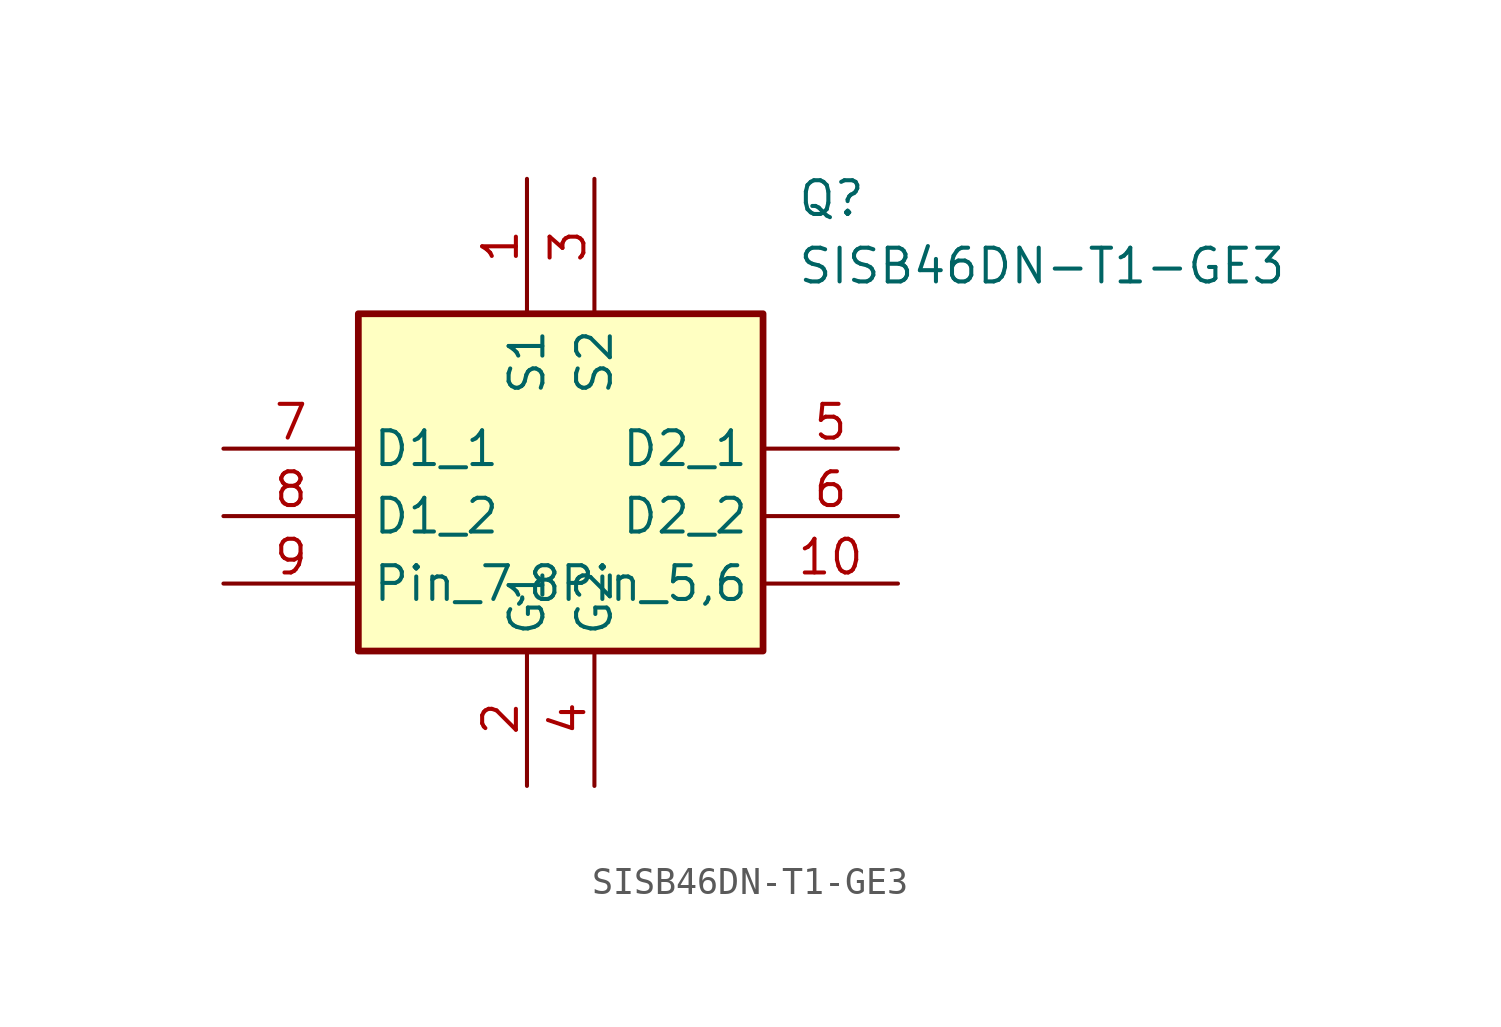
<source format=kicad_sym>
(kicad_symbol_lib
  (version 20220914)
  (generator kicad_symbol_editor)
  (symbol "SISB46DN-T1-GE3"
    (property "Reference" "Q"
      (at 8.89 12.7 0)
      (effects (font (size 1.27 1.27)) (justify left top)))
    (property "Value" "SISB46DN-T1-GE3"
      (at 8.89 10.16 0)
      (effects (font (size 1.27 1.27)) (justify left top)))
    (symbol "SISB46DN-T1-GE3_1_1"
      (rectangle (start -7.62 7.62) (end 7.62 -5.08) (stroke (width 0.254) (type default)) (fill (type background)))
      (pin passive line (at -1.27 12.7 270) (length 5.08) (name "S1" (effects (font (size 1.27 1.27)))) (number "1" (effects (font (size 1.27 1.27)))))
      (pin passive line (at 12.7 -2.54 180) (length 5.08) (name "Pin_5,6" (effects (font (size 1.27 1.27)))) (number "10" (effects (font (size 1.27 1.27)))))
      (pin passive line (at -1.27 -10.16 90) (length 5.08) (name "G1" (effects (font (size 1.27 1.27)))) (number "2" (effects (font (size 1.27 1.27)))))
      (pin passive line (at 1.27 12.7 270) (length 5.08) (name "S2" (effects (font (size 1.27 1.27)))) (number "3" (effects (font (size 1.27 1.27)))))
      (pin passive line (at 1.27 -10.16 90) (length 5.08) (name "G2" (effects (font (size 1.27 1.27)))) (number "4" (effects (font (size 1.27 1.27)))))
      (pin passive line (at 12.7 2.54 180) (length 5.08) (name "D2_1" (effects (font (size 1.27 1.27)))) (number "5" (effects (font (size 1.27 1.27)))))
      (pin passive line (at 12.7 0 180) (length 5.08) (name "D2_2" (effects (font (size 1.27 1.27)))) (number "6" (effects (font (size 1.27 1.27)))))
      (pin passive line (at -12.7 2.54 0) (length 5.08) (name "D1_1" (effects (font (size 1.27 1.27)))) (number "7" (effects (font (size 1.27 1.27)))))
      (pin passive line (at -12.7 0 0) (length 5.08) (name "D1_2" (effects (font (size 1.27 1.27)))) (number "8" (effects (font (size 1.27 1.27)))))
      (pin passive line (at -12.7 -2.54 0) (length 5.08) (name "Pin_7,8" (effects (font (size 1.27 1.27)))) (number "9" (effects (font (size 1.27 1.27))))))))
</source>
